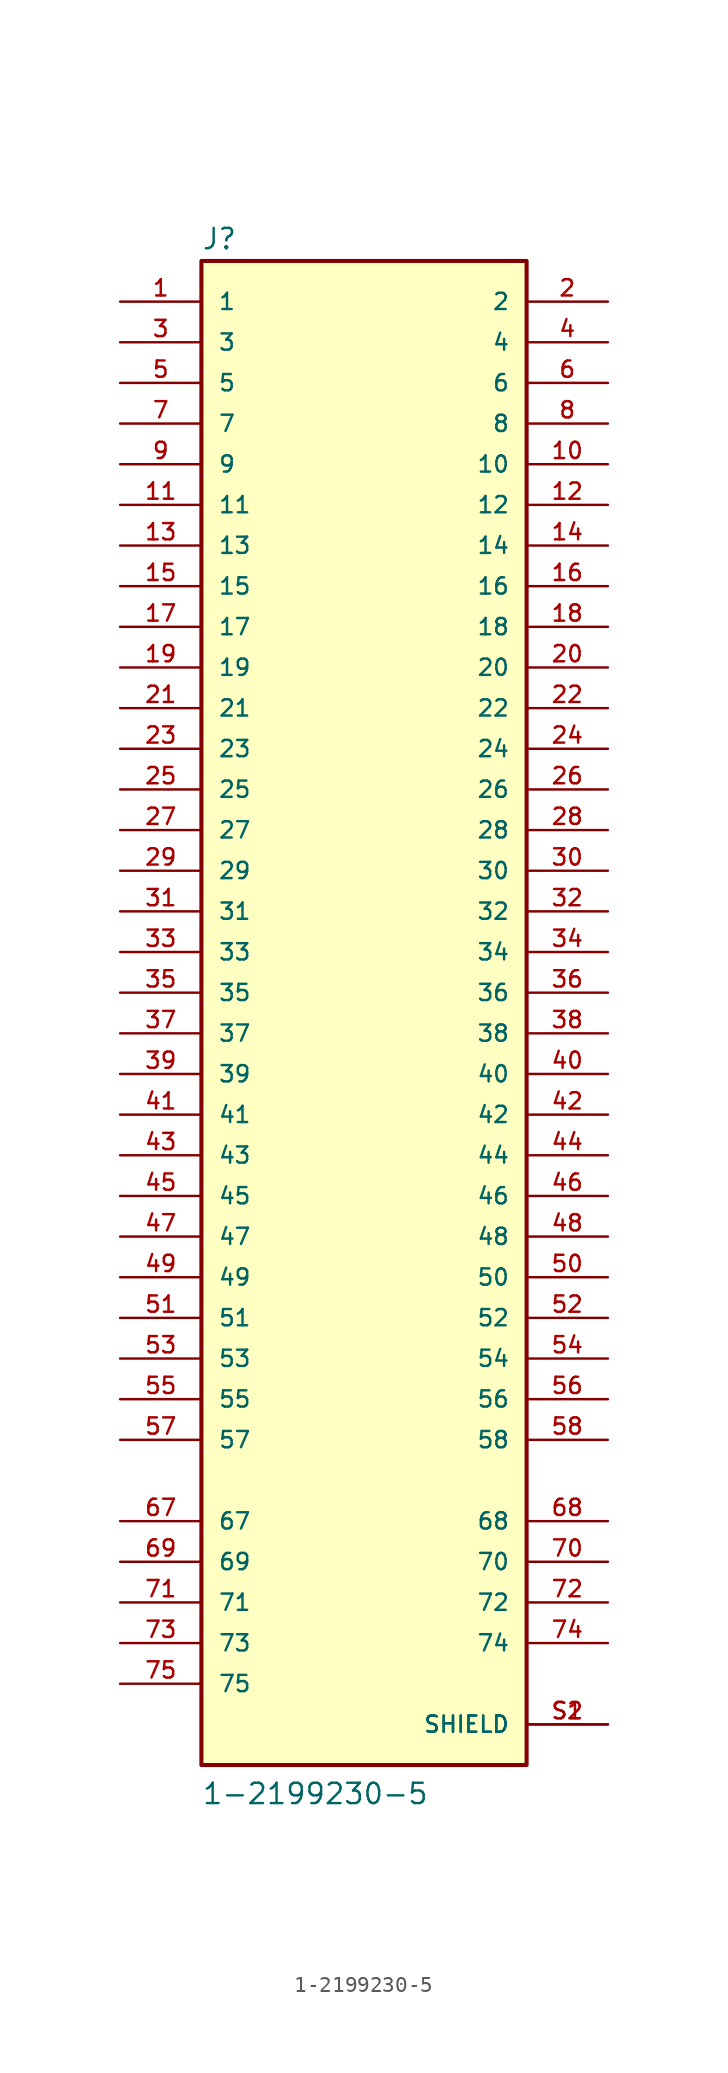
<source format=kicad_sym>
(kicad_symbol_lib
  (version 20211014)
  (generator kicad_symbol_editor)
  (symbol "1-2199230-5"
    (pin_names
      (offset 1.016))
    (property "Reference" "J"
      (at -10.16 46.355 0)
      (effects (font (size 1.27 1.27)) (justify bottom left)))
    (property "Value" "1-2199230-5"
      (at -10.16 -50.8 0)
      (effects (font (size 1.27 1.27)) (justify bottom left)))
    (symbol "1-2199230-5_0_0"
      (rectangle (start -10.16 -48.26) (end 10.16 45.72) (stroke (width 0.254)) (fill (type background)))
      (pin passive line (at 15.24 -45.72 180.0) (length 5.08) (name "SHIELD" (effects (font (size 1.016 1.016)))) (number "S1" (effects (font (size 1.016 1.016)))))
      (pin passive line (at 15.24 -45.72 180.0) (length 5.08) (name "SHIELD" (effects (font (size 1.016 1.016)))) (number "S2" (effects (font (size 1.016 1.016)))))
      (pin passive line (at -15.24 43.18 0) (length 5.08) (name "1" (effects (font (size 1.016 1.016)))) (number "1" (effects (font (size 1.016 1.016)))))
      (pin passive line (at 15.24 43.18 180.0) (length 5.08) (name "2" (effects (font (size 1.016 1.016)))) (number "2" (effects (font (size 1.016 1.016)))))
      (pin passive line (at -15.24 40.64 0) (length 5.08) (name "3" (effects (font (size 1.016 1.016)))) (number "3" (effects (font (size 1.016 1.016)))))
      (pin passive line (at 15.24 40.64 180.0) (length 5.08) (name "4" (effects (font (size 1.016 1.016)))) (number "4" (effects (font (size 1.016 1.016)))))
      (pin passive line (at -15.24 38.1 0) (length 5.08) (name "5" (effects (font (size 1.016 1.016)))) (number "5" (effects (font (size 1.016 1.016)))))
      (pin passive line (at 15.24 38.1 180.0) (length 5.08) (name "6" (effects (font (size 1.016 1.016)))) (number "6" (effects (font (size 1.016 1.016)))))
      (pin passive line (at -15.24 35.56 0) (length 5.08) (name "7" (effects (font (size 1.016 1.016)))) (number "7" (effects (font (size 1.016 1.016)))))
      (pin passive line (at 15.24 35.56 180.0) (length 5.08) (name "8" (effects (font (size 1.016 1.016)))) (number "8" (effects (font (size 1.016 1.016)))))
      (pin passive line (at -15.24 33.02 0) (length 5.08) (name "9" (effects (font (size 1.016 1.016)))) (number "9" (effects (font (size 1.016 1.016)))))
      (pin passive line (at 15.24 33.02 180.0) (length 5.08) (name "10" (effects (font (size 1.016 1.016)))) (number "10" (effects (font (size 1.016 1.016)))))
      (pin passive line (at -15.24 30.48 0) (length 5.08) (name "11" (effects (font (size 1.016 1.016)))) (number "11" (effects (font (size 1.016 1.016)))))
      (pin passive line (at 15.24 20.32 180.0) (length 5.08) (name "20" (effects (font (size 1.016 1.016)))) (number "20" (effects (font (size 1.016 1.016)))))
      (pin passive line (at -15.24 17.78 0) (length 5.08) (name "21" (effects (font (size 1.016 1.016)))) (number "21" (effects (font (size 1.016 1.016)))))
      (pin passive line (at 15.24 17.78 180.0) (length 5.08) (name "22" (effects (font (size 1.016 1.016)))) (number "22" (effects (font (size 1.016 1.016)))))
      (pin passive line (at -15.24 15.24 0) (length 5.08) (name "23" (effects (font (size 1.016 1.016)))) (number "23" (effects (font (size 1.016 1.016)))))
      (pin passive line (at 15.24 15.24 180.0) (length 5.08) (name "24" (effects (font (size 1.016 1.016)))) (number "24" (effects (font (size 1.016 1.016)))))
      (pin passive line (at -15.24 12.7 0) (length 5.08) (name "25" (effects (font (size 1.016 1.016)))) (number "25" (effects (font (size 1.016 1.016)))))
      (pin passive line (at 15.24 12.7 180.0) (length 5.08) (name "26" (effects (font (size 1.016 1.016)))) (number "26" (effects (font (size 1.016 1.016)))))
      (pin passive line (at -15.24 10.16 0) (length 5.08) (name "27" (effects (font (size 1.016 1.016)))) (number "27" (effects (font (size 1.016 1.016)))))
      (pin passive line (at 15.24 10.16 180.0) (length 5.08) (name "28" (effects (font (size 1.016 1.016)))) (number "28" (effects (font (size 1.016 1.016)))))
      (pin passive line (at -15.24 7.62 0) (length 5.08) (name "29" (effects (font (size 1.016 1.016)))) (number "29" (effects (font (size 1.016 1.016)))))
      (pin passive line (at 15.24 7.62 180.0) (length 5.08) (name "30" (effects (font (size 1.016 1.016)))) (number "30" (effects (font (size 1.016 1.016)))))
      (pin passive line (at -15.24 5.08 0) (length 5.08) (name "31" (effects (font (size 1.016 1.016)))) (number "31" (effects (font (size 1.016 1.016)))))
      (pin passive line (at 15.24 5.08 180.0) (length 5.08) (name "32" (effects (font (size 1.016 1.016)))) (number "32" (effects (font (size 1.016 1.016)))))
      (pin passive line (at -15.24 2.54 0) (length 5.08) (name "33" (effects (font (size 1.016 1.016)))) (number "33" (effects (font (size 1.016 1.016)))))
      (pin passive line (at 15.24 2.54 180.0) (length 5.08) (name "34" (effects (font (size 1.016 1.016)))) (number "34" (effects (font (size 1.016 1.016)))))
      (pin passive line (at -15.24 0.0 0) (length 5.08) (name "35" (effects (font (size 1.016 1.016)))) (number "35" (effects (font (size 1.016 1.016)))))
      (pin passive line (at 15.24 0.0 180.0) (length 5.08) (name "36" (effects (font (size 1.016 1.016)))) (number "36" (effects (font (size 1.016 1.016)))))
      (pin passive line (at -15.24 -2.54 0) (length 5.08) (name "37" (effects (font (size 1.016 1.016)))) (number "37" (effects (font (size 1.016 1.016)))))
      (pin passive line (at 15.24 -2.54 180.0) (length 5.08) (name "38" (effects (font (size 1.016 1.016)))) (number "38" (effects (font (size 1.016 1.016)))))
      (pin passive line (at -15.24 -5.08 0) (length 5.08) (name "39" (effects (font (size 1.016 1.016)))) (number "39" (effects (font (size 1.016 1.016)))))
      (pin passive line (at 15.24 -5.08 180.0) (length 5.08) (name "40" (effects (font (size 1.016 1.016)))) (number "40" (effects (font (size 1.016 1.016)))))
      (pin passive line (at -15.24 -7.62 0) (length 5.08) (name "41" (effects (font (size 1.016 1.016)))) (number "41" (effects (font (size 1.016 1.016)))))
      (pin passive line (at 15.24 -7.62 180.0) (length 5.08) (name "42" (effects (font (size 1.016 1.016)))) (number "42" (effects (font (size 1.016 1.016)))))
      (pin passive line (at -15.24 -10.16 0) (length 5.08) (name "43" (effects (font (size 1.016 1.016)))) (number "43" (effects (font (size 1.016 1.016)))))
      (pin passive line (at 15.24 -10.16 180.0) (length 5.08) (name "44" (effects (font (size 1.016 1.016)))) (number "44" (effects (font (size 1.016 1.016)))))
      (pin passive line (at -15.24 -12.7 0) (length 5.08) (name "45" (effects (font (size 1.016 1.016)))) (number "45" (effects (font (size 1.016 1.016)))))
      (pin passive line (at 15.24 -12.7 180.0) (length 5.08) (name "46" (effects (font (size 1.016 1.016)))) (number "46" (effects (font (size 1.016 1.016)))))
      (pin passive line (at -15.24 -15.24 0) (length 5.08) (name "47" (effects (font (size 1.016 1.016)))) (number "47" (effects (font (size 1.016 1.016)))))
      (pin passive line (at 15.24 -15.24 180.0) (length 5.08) (name "48" (effects (font (size 1.016 1.016)))) (number "48" (effects (font (size 1.016 1.016)))))
      (pin passive line (at -15.24 -17.78 0) (length 5.08) (name "49" (effects (font (size 1.016 1.016)))) (number "49" (effects (font (size 1.016 1.016)))))
      (pin passive line (at 15.24 -17.78 180.0) (length 5.08) (name "50" (effects (font (size 1.016 1.016)))) (number "50" (effects (font (size 1.016 1.016)))))
      (pin passive line (at -15.24 -20.32 0) (length 5.08) (name "51" (effects (font (size 1.016 1.016)))) (number "51" (effects (font (size 1.016 1.016)))))
      (pin passive line (at 15.24 -20.32 180.0) (length 5.08) (name "52" (effects (font (size 1.016 1.016)))) (number "52" (effects (font (size 1.016 1.016)))))
      (pin passive line (at -15.24 -22.86 0) (length 5.08) (name "53" (effects (font (size 1.016 1.016)))) (number "53" (effects (font (size 1.016 1.016)))))
      (pin passive line (at 15.24 -22.86 180.0) (length 5.08) (name "54" (effects (font (size 1.016 1.016)))) (number "54" (effects (font (size 1.016 1.016)))))
      (pin passive line (at -15.24 -25.4 0) (length 5.08) (name "55" (effects (font (size 1.016 1.016)))) (number "55" (effects (font (size 1.016 1.016)))))
      (pin passive line (at 15.24 -25.4 180.0) (length 5.08) (name "56" (effects (font (size 1.016 1.016)))) (number "56" (effects (font (size 1.016 1.016)))))
      (pin passive line (at -15.24 -27.94 0) (length 5.08) (name "57" (effects (font (size 1.016 1.016)))) (number "57" (effects (font (size 1.016 1.016)))))
      (pin passive line (at 15.24 -27.94 180.0) (length 5.08) (name "58" (effects (font (size 1.016 1.016)))) (number "58" (effects (font (size 1.016 1.016)))))
      (pin passive line (at -15.24 -33.02 0) (length 5.08) (name "67" (effects (font (size 1.016 1.016)))) (number "67" (effects (font (size 1.016 1.016)))))
      (pin passive line (at 15.24 -33.02 180.0) (length 5.08) (name "68" (effects (font (size 1.016 1.016)))) (number "68" (effects (font (size 1.016 1.016)))))
      (pin passive line (at -15.24 -35.56 0) (length 5.08) (name "69" (effects (font (size 1.016 1.016)))) (number "69" (effects (font (size 1.016 1.016)))))
      (pin passive line (at 15.24 -35.56 180.0) (length 5.08) (name "70" (effects (font (size 1.016 1.016)))) (number "70" (effects (font (size 1.016 1.016)))))
      (pin passive line (at -15.24 -38.1 0) (length 5.08) (name "71" (effects (font (size 1.016 1.016)))) (number "71" (effects (font (size 1.016 1.016)))))
      (pin passive line (at 15.24 -38.1 180.0) (length 5.08) (name "72" (effects (font (size 1.016 1.016)))) (number "72" (effects (font (size 1.016 1.016)))))
      (pin passive line (at -15.24 -40.64 0) (length 5.08) (name "73" (effects (font (size 1.016 1.016)))) (number "73" (effects (font (size 1.016 1.016)))))
      (pin passive line (at 15.24 -40.64 180.0) (length 5.08) (name "74" (effects (font (size 1.016 1.016)))) (number "74" (effects (font (size 1.016 1.016)))))
      (pin passive line (at -15.24 -43.18 0) (length 5.08) (name "75" (effects (font (size 1.016 1.016)))) (number "75" (effects (font (size 1.016 1.016)))))
      (pin passive line (at 15.24 30.48 180.0) (length 5.08) (name "12" (effects (font (size 1.016 1.016)))) (number "12" (effects (font (size 1.016 1.016)))))
      (pin passive line (at -15.24 27.94 0) (length 5.08) (name "13" (effects (font (size 1.016 1.016)))) (number "13" (effects (font (size 1.016 1.016)))))
      (pin passive line (at 15.24 27.94 180.0) (length 5.08) (name "14" (effects (font (size 1.016 1.016)))) (number "14" (effects (font (size 1.016 1.016)))))
      (pin passive line (at -15.24 25.4 0) (length 5.08) (name "15" (effects (font (size 1.016 1.016)))) (number "15" (effects (font (size 1.016 1.016)))))
      (pin passive line (at 15.24 25.4 180.0) (length 5.08) (name "16" (effects (font (size 1.016 1.016)))) (number "16" (effects (font (size 1.016 1.016)))))
      (pin passive line (at -15.24 22.86 0) (length 5.08) (name "17" (effects (font (size 1.016 1.016)))) (number "17" (effects (font (size 1.016 1.016)))))
      (pin passive line (at 15.24 22.86 180.0) (length 5.08) (name "18" (effects (font (size 1.016 1.016)))) (number "18" (effects (font (size 1.016 1.016)))))
      (pin passive line (at -15.24 20.32 0) (length 5.08) (name "19" (effects (font (size 1.016 1.016)))) (number "19" (effects (font (size 1.016 1.016))))))))
</source>
